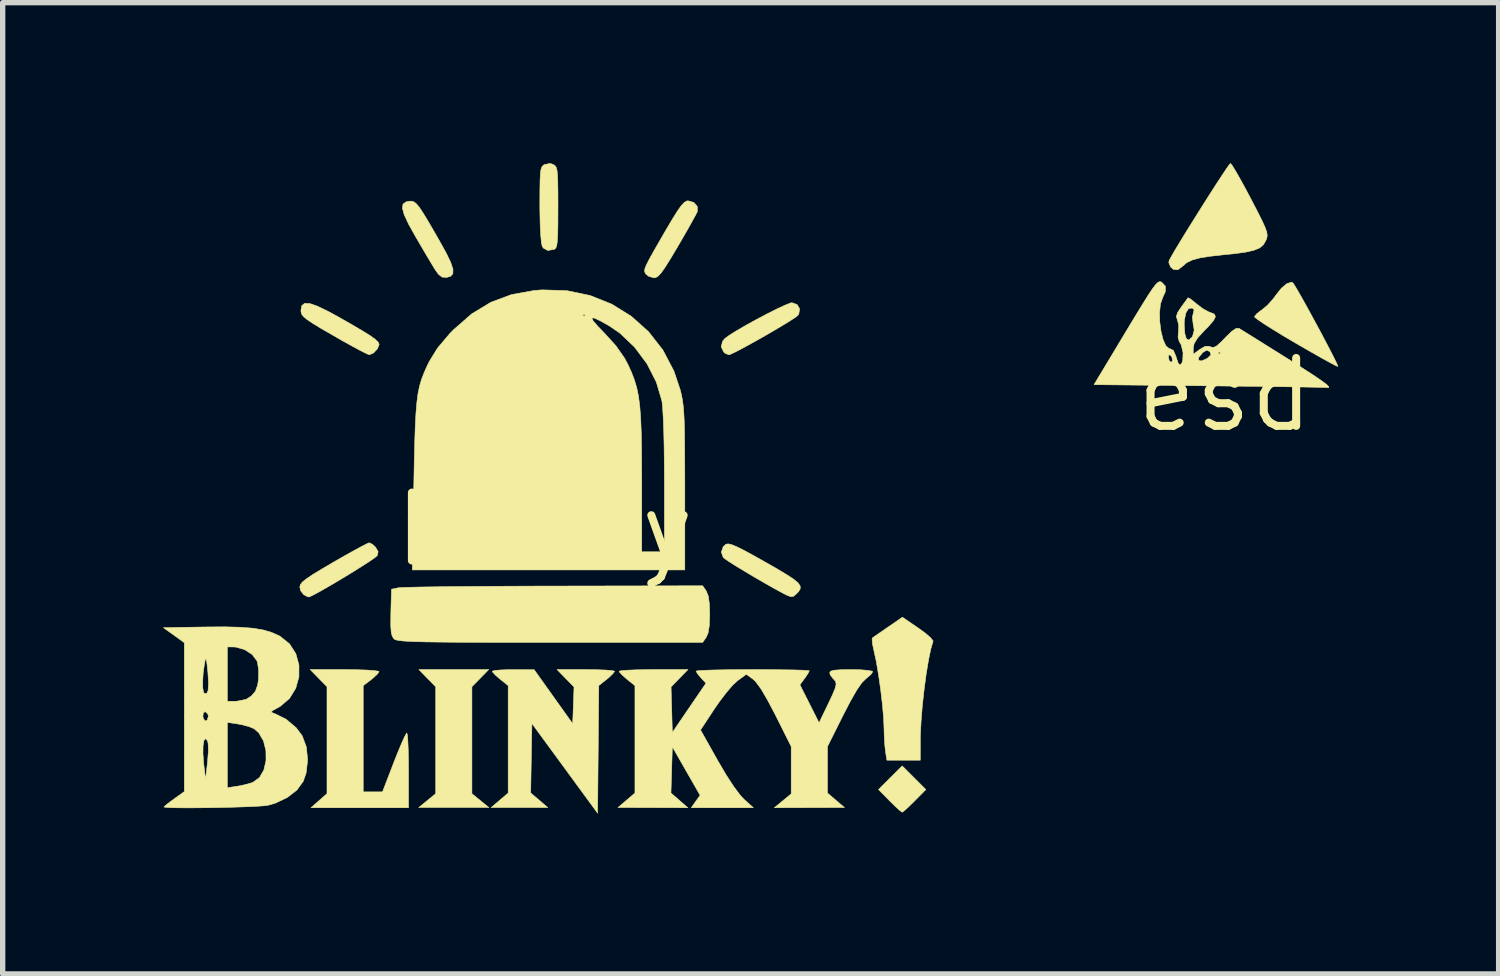
<source format=kicad_pcb>
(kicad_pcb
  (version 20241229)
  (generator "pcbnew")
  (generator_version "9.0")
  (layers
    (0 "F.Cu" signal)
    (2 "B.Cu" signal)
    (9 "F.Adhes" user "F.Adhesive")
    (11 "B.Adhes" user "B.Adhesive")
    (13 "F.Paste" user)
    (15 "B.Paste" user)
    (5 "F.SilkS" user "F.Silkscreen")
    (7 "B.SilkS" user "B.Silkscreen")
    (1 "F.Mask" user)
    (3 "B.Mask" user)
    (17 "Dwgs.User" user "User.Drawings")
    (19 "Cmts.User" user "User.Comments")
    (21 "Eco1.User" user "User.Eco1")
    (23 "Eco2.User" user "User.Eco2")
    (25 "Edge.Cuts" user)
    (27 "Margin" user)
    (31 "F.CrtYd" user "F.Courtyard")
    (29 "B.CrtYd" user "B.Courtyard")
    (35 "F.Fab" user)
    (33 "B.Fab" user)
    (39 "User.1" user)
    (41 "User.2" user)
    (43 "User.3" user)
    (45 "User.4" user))
  (footprint "esd"
    (layer "F.Cu")
    (at 19.85 4.332)
    (property "Reference" "esd" (at 0 0 0) (layer "F.SilkS") (effects (font (size 1.27 1.27) (thickness 0.15))))
    (attr through_hole)
    (fp_poly (pts (xy 1.266 -2.098) (xy 1.297 -2.055) (xy 1.358 -1.953) (xy 1.443 -1.804) (xy 1.545 -1.621) (xy 1.655 -1.419) (xy 1.768 -1.21) (xy 1.876 -1.007) (xy 1.971 -0.825) (xy 2.047 -0.676) (xy 2.096 -0.573) (xy 2.111 -0.531) (xy 2.111 -0.531) (xy 2.071 -0.547) (xy 1.97 -0.6) (xy 1.817 -0.684) (xy 1.625 -0.793) (xy 1.402 -0.921) (xy 1.323 -0.967) (xy 1.094 -1.102) (xy 0.892 -1.226) (xy 0.727 -1.33) (xy 0.612 -1.408) (xy 0.556 -1.453) (xy 0.552 -1.46) (xy 0.586 -1.509) (xy 0.667 -1.574) (xy 0.688 -1.587) (xy 0.794 -1.675) (xy 0.904 -1.798) (xy 0.943 -1.852) (xy 1.055 -1.994) (xy 1.159 -2.081) (xy 1.244 -2.106) (xy 1.266 -2.098)) (stroke (width 0.01) (type solid)) (fill yes) (layer "F.SilkS"))
    (fp_poly (pts (xy 0.133 -4.291) (xy 0.195 -4.191) (xy 0.282 -4.04) (xy 0.386 -3.85) (xy 0.48 -3.673) (xy 0.603 -3.436) (xy 0.691 -3.262) (xy 0.748 -3.137) (xy 0.78 -3.049) (xy 0.79 -2.986) (xy 0.783 -2.935) (xy 0.766 -2.889) (xy 0.72 -2.809) (xy 0.649 -2.748) (xy 0.54 -2.703) (xy 0.38 -2.667) (xy 0.155 -2.637) (xy 0 -2.622) (xy -0.271 -2.592) (xy -0.472 -2.56) (xy -0.616 -2.52) (xy -0.718 -2.47) (xy -0.785 -2.411) (xy -0.881 -2.338) (xy -0.967 -2.347) (xy -1.016 -2.391) (xy -1.049 -2.469) (xy -1.045 -2.508) (xy -1.006 -2.581) (xy -0.933 -2.707) (xy -0.832 -2.874) (xy -0.711 -3.072) (xy -0.576 -3.288) (xy -0.437 -3.51) (xy -0.299 -3.727) (xy -0.171 -3.927) (xy -0.059 -4.098) (xy 0.029 -4.23) (xy 0.085 -4.309) (xy 0.103 -4.327) (xy 0.133 -4.291)) (stroke (width 0.01) (type solid)) (fill yes) (layer "F.SilkS"))
    (fp_poly (pts (xy -1.193 -2.111) (xy -1.183 -2.106) (xy -1.114 -2.032) (xy -1.114 -1.93) (xy -1.164 -1.82) (xy -1.206 -1.7) (xy -1.223 -1.542) (xy -1.219 -1.365) (xy -1.196 -1.19) (xy -1.158 -1.036) (xy -1.107 -0.921) (xy -1.045 -0.865) (xy -1.025 -0.862) (xy -0.964 -0.831) (xy -0.917 -0.722) (xy -0.914 -0.709) (xy -0.874 -0.591) (xy -0.837 -0.556) (xy -0.802 -0.604) (xy -0.79 -0.645) (xy -0.493 -0.645) (xy -0.439 -0.634) (xy -0.342 -0.677) (xy -0.315 -0.696) (xy -0.261 -0.752) (xy -0.272 -0.783) (xy -0.127 -0.783) (xy -0.106 -0.762) (xy -0.085 -0.783) (xy -0.106 -0.804) (xy -0.127 -0.783) (xy -0.272 -0.783) (xy -0.278 -0.802) (xy -0.285 -0.809) (xy -0.337 -0.836) (xy -0.403 -0.801) (xy -0.422 -0.784) (xy -0.492 -0.698) (xy -0.493 -0.645) (xy -0.79 -0.645) (xy -0.789 -0.647) (xy -0.783 -0.789) (xy -0.818 -0.935) (xy -0.857 -1.004) (xy -0.877 -1.079) (xy -0.869 -1.181) (xy -0.864 -1.302) (xy -0.868 -1.319) (xy -0.762 -1.319) (xy -0.751 -1.147) (xy -0.722 -1.048) (xy -0.675 -1.025) (xy -0.614 -1.082) (xy -0.605 -1.097) (xy -0.575 -1.211) (xy -0.593 -1.314) (xy -0.61 -1.451) (xy -0.592 -1.525) (xy -0.577 -1.594) (xy -0.614 -1.624) (xy -0.681 -1.613) (xy -0.732 -1.531) (xy -0.759 -1.391) (xy -0.762 -1.319) (xy -0.868 -1.319) (xy -0.888 -1.395) (xy -0.909 -1.463) (xy -0.886 -1.538) (xy -0.818 -1.641) (xy -0.747 -1.738) (xy -0.7 -1.803) (xy -0.691 -1.815) (xy -0.656 -1.8) (xy -0.58 -1.742) (xy -0.53 -1.7) (xy -0.416 -1.613) (xy -0.307 -1.553) (xy -0.274 -1.541) (xy -0.199 -1.51) (xy -0.178 -1.462) (xy -0.216 -1.386) (xy -0.316 -1.272) (xy -0.381 -1.206) (xy -0.509 -1.068) (xy -0.576 -0.96) (xy -0.593 -0.879) (xy -0.593 -0.759) (xy -0.47 -0.85) (xy -0.369 -0.909) (xy -0.292 -0.908) (xy -0.271 -0.898) (xy -0.22 -0.885) (xy -0.159 -0.912) (xy -0.072 -0.988) (xy 0.004 -1.067) (xy 0.126 -1.187) (xy 0.209 -1.243) (xy 0.264 -1.243) (xy 0.317 -1.21) (xy 0.43 -1.14) (xy 0.592 -1.039) (xy 0.793 -0.913) (xy 1.021 -0.771) (xy 1.136 -0.699) (xy 1.425 -0.516) (xy 1.646 -0.373) (xy 1.802 -0.267) (xy 1.9 -0.194) (xy 1.942 -0.151) (xy 1.934 -0.134) (xy 1.894 -0.137) (xy 1.843 -0.139) (xy 1.715 -0.142) (xy 1.519 -0.146) (xy 1.263 -0.15) (xy 0.955 -0.154) (xy 0.603 -0.159) (xy 0.216 -0.163) (xy -0.198 -0.168) (xy -0.303 -0.169) (xy -2.448 -0.191) (xy -2.133 -0.714) (xy -1.058 -0.714) (xy -1.043 -0.642) (xy -1.009 -0.609) (xy -0.98 -0.636) (xy -0.992 -0.706) (xy -1.011 -0.732) (xy -1.05 -0.752) (xy -1.058 -0.714) (xy -2.133 -0.714) (xy -1.857 -1.174) (xy -1.68 -1.467) (xy -1.541 -1.694) (xy -1.435 -1.864) (xy -1.355 -1.984) (xy -1.296 -2.061) (xy -1.253 -2.103) (xy -1.221 -2.117) (xy -1.193 -2.111)) (stroke (width 0.01) (type solid)) (fill yes) (layer "F.SilkS")))
  (footprint "blinky"
    (layer "F.Cu")
    (at 7.13 6.849)
    (property "Reference" "blinky" (at 0 0 0) (layer "F.SilkS") (effects (font (size 1.27 1.27) (thickness 0.15))))
    (attr through_hole)
    (fp_poly (pts (xy -1.201 2.779) (xy -1.358 2.939) (xy -1.358 4.938) (xy -1.199 5.068) (xy -1.04 5.198) (xy -2.353 5.198) (xy -2.194 5.068) (xy -2.035 4.938) (xy -2.035 2.939) (xy -2.192 2.779) (xy -2.349 2.618) (xy -1.044 2.618) (xy -1.201 2.779)) (stroke (width 0.01) (type solid)) (fill yes) (layer "F.SilkS"))
    (fp_poly (pts (xy 6.907 4.64) (xy 7.128 4.861) (xy 6.919 5.073) (xy 6.812 5.178) (xy 6.729 5.254) (xy 6.687 5.285) (xy 6.686 5.285) (xy 6.646 5.257) (xy 6.565 5.184) (xy 6.459 5.08) (xy 6.452 5.073) (xy 6.243 4.861) (xy 6.686 4.419) (xy 6.907 4.64)) (stroke (width 0.01) (type solid)) (fill yes) (layer "F.SilkS"))
    (fp_poly (pts (xy -2.445 -6.127) (xy -2.398 -6.092) (xy -2.342 -6.025) (xy -2.269 -5.915) (xy -2.172 -5.755) (xy -2.044 -5.535) (xy -1.976 -5.416) (xy -1.841 -5.174) (xy -1.754 -4.993) (xy -1.712 -4.865) (xy -1.714 -4.781) (xy -1.758 -4.733) (xy -1.832 -4.713) (xy -1.915 -4.719) (xy -1.984 -4.772) (xy -2.047 -4.861) (xy -2.108 -4.962) (xy -2.2 -5.115) (xy -2.308 -5.299) (xy -2.412 -5.477) (xy -2.542 -5.71) (xy -2.623 -5.884) (xy -2.657 -6.006) (xy -2.646 -6.083) (xy -2.589 -6.125) (xy -2.537 -6.136) (xy -2.489 -6.139) (xy -2.445 -6.127)) (stroke (width 0.01) (type solid)) (fill yes) (layer "F.SilkS"))
    (fp_poly (pts (xy 4.721 -4.206) (xy 4.768 -4.126) (xy 4.753 -4.029) (xy 4.735 -4.003) (xy 4.682 -3.962) (xy 4.572 -3.89) (xy 4.419 -3.797) (xy 4.239 -3.691) (xy 4.047 -3.58) (xy 3.858 -3.475) (xy 3.689 -3.382) (xy 3.553 -3.312) (xy 3.467 -3.272) (xy 3.446 -3.266) (xy 3.379 -3.293) (xy 3.35 -3.317) (xy 3.302 -3.416) (xy 3.33 -3.522) (xy 3.373 -3.572) (xy 3.46 -3.635) (xy 3.598 -3.721) (xy 3.772 -3.822) (xy 3.965 -3.928) (xy 4.16 -4.031) (xy 4.34 -4.122) (xy 4.491 -4.192) (xy 4.594 -4.233) (xy 4.625 -4.24) (xy 4.721 -4.206)) (stroke (width 0.01) (type solid)) (fill yes) (layer "F.SilkS"))
    (fp_poly (pts (xy -4.39 -4.225) (xy -4.244 -4.174) (xy -4.041 -4.076) (xy -3.873 -3.984) (xy -3.605 -3.832) (xy -3.403 -3.713) (xy -3.259 -3.623) (xy -3.165 -3.556) (xy -3.113 -3.505) (xy -3.094 -3.467) (xy -3.093 -3.459) (xy -3.125 -3.377) (xy -3.197 -3.301) (xy -3.274 -3.267) (xy -3.276 -3.267) (xy -3.328 -3.288) (xy -3.44 -3.344) (xy -3.598 -3.429) (xy -3.789 -3.535) (xy -3.94 -3.622) (xy -4.167 -3.753) (xy -4.33 -3.852) (xy -4.439 -3.925) (xy -4.506 -3.981) (xy -4.541 -4.027) (xy -4.553 -4.073) (xy -4.554 -4.097) (xy -4.538 -4.185) (xy -4.485 -4.228) (xy -4.39 -4.225)) (stroke (width 0.01) (type solid)) (fill yes) (layer "F.SilkS"))
    (fp_poly (pts (xy -3.218 0.276) (xy -3.16 0.329) (xy -3.111 0.414) (xy -3.128 0.488) (xy -3.173 0.526) (xy -3.275 0.597) (xy -3.421 0.691) (xy -3.595 0.8) (xy -3.784 0.915) (xy -3.971 1.026) (xy -4.142 1.125) (xy -4.283 1.203) (xy -4.378 1.251) (xy -4.411 1.262) (xy -4.456 1.243) (xy -4.501 1.218) (xy -4.56 1.145) (xy -4.575 1.075) (xy -4.565 1.032) (xy -4.528 0.983) (xy -4.454 0.923) (xy -4.334 0.842) (xy -4.157 0.735) (xy -3.947 0.611) (xy -3.738 0.492) (xy -3.554 0.389) (xy -3.406 0.309) (xy -3.309 0.26) (xy -3.276 0.248) (xy -3.218 0.276)) (stroke (width 0.01) (type solid)) (fill yes) (layer "F.SilkS"))
    (fp_poly (pts (xy 3.505 0.285) (xy 3.617 0.333) (xy 3.778 0.416) (xy 4 0.538) (xy 4.046 0.564) (xy 4.313 0.716) (xy 4.513 0.835) (xy 4.653 0.926) (xy 4.739 0.998) (xy 4.779 1.056) (xy 4.78 1.108) (xy 4.75 1.159) (xy 4.714 1.197) (xy 4.657 1.247) (xy 4.603 1.256) (xy 4.522 1.224) (xy 4.463 1.194) (xy 4.301 1.106) (xy 4.115 1.001) (xy 3.919 0.887) (xy 3.731 0.775) (xy 3.563 0.673) (xy 3.433 0.59) (xy 3.355 0.535) (xy 3.341 0.523) (xy 3.305 0.423) (xy 3.34 0.322) (xy 3.39 0.276) (xy 3.433 0.268) (xy 3.505 0.285)) (stroke (width 0.01) (type solid)) (fill yes) (layer "F.SilkS"))
    (fp_poly (pts (xy -3.514 2.621) (xy -3.325 2.627) (xy -3.184 2.637) (xy -3.105 2.649) (xy -3.093 2.656) (xy -3.124 2.702) (xy -3.202 2.774) (xy -3.241 2.806) (xy -3.39 2.919) (xy -3.39 4.904) (xy -3.029 4.904) (xy -2.818 4.355) (xy -2.739 4.156) (xy -2.669 3.989) (xy -2.614 3.869) (xy -2.58 3.809) (xy -2.575 3.805) (xy -2.564 3.844) (xy -2.555 3.955) (xy -2.548 4.122) (xy -2.544 4.332) (xy -2.543 4.502) (xy -2.543 5.201) (xy -4.366 5.201) (xy -4.217 5.069) (xy -4.067 4.938) (xy -4.067 2.939) (xy -4.224 2.779) (xy -4.381 2.618) (xy -3.737 2.618) (xy -3.514 2.621)) (stroke (width 0.01) (type solid)) (fill yes) (layer "F.SilkS"))
    (fp_poly (pts (xy 2.791 -6.114) (xy 2.856 -6.039) (xy 2.857 -5.944) (xy 2.826 -5.883) (xy 2.761 -5.764) (xy 2.669 -5.6) (xy 2.558 -5.407) (xy 2.488 -5.287) (xy 2.354 -5.062) (xy 2.253 -4.901) (xy 2.178 -4.795) (xy 2.12 -4.734) (xy 2.073 -4.708) (xy 2.051 -4.705) (xy 1.952 -4.731) (xy 1.902 -4.768) (xy 1.88 -4.798) (xy 1.87 -4.831) (xy 1.876 -4.877) (xy 1.904 -4.948) (xy 1.958 -5.053) (xy 2.042 -5.205) (xy 2.162 -5.413) (xy 2.243 -5.554) (xy 2.377 -5.781) (xy 2.478 -5.944) (xy 2.553 -6.051) (xy 2.611 -6.114) (xy 2.658 -6.141) (xy 2.683 -6.145) (xy 2.791 -6.114)) (stroke (width 0.01) (type solid)) (fill yes) (layer "F.SilkS"))
    (fp_poly (pts (xy 0.166 -6.822) (xy 0.197 -6.801) (xy 0.219 -6.768) (xy 0.234 -6.709) (xy 0.243 -6.613) (xy 0.248 -6.468) (xy 0.251 -6.262) (xy 0.251 -6.021) (xy 0.25 -5.746) (xy 0.247 -5.545) (xy 0.24 -5.405) (xy 0.229 -5.315) (xy 0.212 -5.265) (xy 0.189 -5.241) (xy 0.184 -5.239) (xy 0.061 -5.216) (xy -0.021 -5.261) (xy -0.044 -5.295) (xy -0.059 -5.366) (xy -0.072 -5.508) (xy -0.082 -5.706) (xy -0.087 -5.945) (xy -0.088 -6.077) (xy -0.087 -6.336) (xy -0.084 -6.524) (xy -0.078 -6.652) (xy -0.066 -6.734) (xy -0.048 -6.782) (xy -0.022 -6.81) (xy -0.003 -6.822) (xy 0.105 -6.844) (xy 0.166 -6.822)) (stroke (width 0.01) (type solid)) (fill yes) (layer "F.SilkS"))
    (fp_poly (pts (xy 6.985 1.841) (xy 7.118 1.937) (xy 7.215 2.021) (xy 7.261 2.078) (xy 7.263 2.089) (xy 7.22 2.237) (xy 7.176 2.451) (xy 7.133 2.711) (xy 7.095 3) (xy 7.062 3.297) (xy 7.039 3.585) (xy 7.026 3.845) (xy 7.025 3.941) (xy 7.024 4.312) (xy 6.4 4.312) (xy 6.374 4.153) (xy 6.36 4.021) (xy 6.35 3.849) (xy 6.347 3.732) (xy 6.339 3.532) (xy 6.317 3.278) (xy 6.284 2.997) (xy 6.244 2.718) (xy 6.202 2.468) (xy 6.161 2.28) (xy 6.133 2.15) (xy 6.123 2.057) (xy 6.13 2.026) (xy 6.177 1.993) (xy 6.274 1.926) (xy 6.402 1.837) (xy 6.425 1.822) (xy 6.69 1.639) (xy 6.985 1.841)) (stroke (width 0.01) (type solid)) (fill yes) (layer "F.SilkS"))
    (fp_poly (pts (xy 0.974 2.621) (xy 1.141 2.627) (xy 1.258 2.637) (xy 1.308 2.648) (xy 1.309 2.65) (xy 1.279 2.693) (xy 1.203 2.766) (xy 1.162 2.8) (xy 1.014 2.917) (xy 1.003 4.11) (xy 0.992 5.303) (xy 0.378 4.464) (xy -0.236 3.626) (xy -0.248 4.275) (xy -0.259 4.924) (xy -0.099 5.061) (xy 0.06 5.197) (xy -0.998 5.197) (xy -0.68 4.926) (xy -0.68 2.918) (xy -0.828 2.8) (xy -0.918 2.722) (xy -0.971 2.664) (xy -0.977 2.65) (xy -0.937 2.636) (xy -0.832 2.626) (xy -0.68 2.62) (xy -0.585 2.62) (xy -0.194 2.621) (xy 0.166 3.126) (xy 0.526 3.631) (xy 0.539 3.287) (xy 0.551 2.943) (xy 0.392 2.781) (xy 0.234 2.618) (xy 0.772 2.618) (xy 0.974 2.621)) (stroke (width 0.01) (type solid)) (fill yes) (layer "F.SilkS"))
    (fp_poly (pts (xy 3.021 1.146) (xy 3.061 1.242) (xy 3.082 1.397) (xy 3.087 1.581) (xy 3.08 1.796) (xy 3.056 1.941) (xy 3.021 2.016) (xy 2.956 2.11) (xy 0.103 2.11) (xy -0.462 2.11) (xy -0.949 2.11) (xy -1.362 2.109) (xy -1.71 2.107) (xy -1.996 2.104) (xy -2.228 2.101) (xy -2.411 2.096) (xy -2.551 2.09) (xy -2.655 2.083) (xy -2.728 2.074) (xy -2.776 2.064) (xy -2.805 2.052) (xy -2.817 2.042) (xy -2.848 1.994) (xy -2.867 1.917) (xy -2.875 1.794) (xy -2.874 1.607) (xy -2.873 1.545) (xy -2.861 1.116) (xy -2.733 1.089) (xy -2.67 1.084) (xy -2.529 1.08) (xy -2.319 1.075) (xy -2.046 1.071) (xy -1.718 1.067) (xy -1.343 1.064) (xy -0.927 1.061) (xy -0.479 1.059) (xy -0.005 1.057) (xy 0.175 1.057) (xy 2.956 1.052) (xy 3.021 1.146)) (stroke (width 0.01) (type solid)) (fill yes) (layer "F.SilkS"))
    (fp_poly (pts (xy 0.414 -4.466) (xy 0.851 -4.375) (xy 1.257 -4.213) (xy 1.624 -3.985) (xy 1.945 -3.697) (xy 2.213 -3.354) (xy 2.419 -2.961) (xy 2.537 -2.609) (xy 2.56 -2.515) (xy 2.578 -2.419) (xy 2.592 -2.313) (xy 2.603 -2.185) (xy 2.611 -2.026) (xy 2.616 -1.825) (xy 2.619 -1.573) (xy 2.621 -1.258) (xy 2.622 -0.872) (xy 2.622 -0.762) (xy 2.622 0.756) (xy -2.472 0.756) (xy -2.444 -0.821) (xy -2.436 -1.262) (xy -2.427 -1.627) (xy -2.417 -1.928) (xy -2.404 -2.174) (xy -2.387 -2.374) (xy -2.366 -2.539) (xy -2.337 -2.679) (xy -2.301 -2.803) (xy -2.256 -2.921) (xy -2.202 -3.044) (xy -2.157 -3.137) (xy -2.002 -3.39) (xy -1.775 -3.659) (xy -1.7 -3.736) (xy -1.45 -3.954) (xy 0.884 -3.954) (xy 0.907 -3.903) (xy 0.996 -3.799) (xy 1.112 -3.679) (xy 1.334 -3.435) (xy 1.494 -3.206) (xy 1.56 -3.083) (xy 1.626 -2.937) (xy 1.68 -2.796) (xy 1.723 -2.652) (xy 1.756 -2.492) (xy 1.78 -2.306) (xy 1.797 -2.083) (xy 1.808 -1.812) (xy 1.814 -1.482) (xy 1.816 -1.083) (xy 1.817 -0.906) (xy 1.817 0.417) (xy 2.241 0.417) (xy 2.241 -0.866) (xy 2.239 -1.227) (xy 2.235 -1.562) (xy 2.228 -1.858) (xy 2.218 -2.104) (xy 2.207 -2.29) (xy 2.195 -2.401) (xy 2.09 -2.756) (xy 1.915 -3.099) (xy 1.683 -3.41) (xy 1.408 -3.672) (xy 1.218 -3.802) (xy 1.039 -3.903) (xy 0.928 -3.954) (xy 0.884 -3.954) (xy -1.45 -3.954) (xy -1.389 -4.007) (xy 0.717 -4.007) (xy 0.738 -3.986) (xy 0.759 -4.007) (xy 0.738 -4.028) (xy 0.717 -4.007) (xy -1.389 -4.007) (xy -1.361 -4.032) (xy -1.004 -4.248) (xy -0.618 -4.392) (xy -0.19 -4.469) (xy -0.045 -4.48) (xy 0.414 -4.466)) (stroke (width 0.01) (type solid)) (fill yes) (layer "F.SilkS"))
    (fp_poly (pts (xy 2.523 2.78) (xy 2.365 2.943) (xy 2.377 3.369) (xy 2.389 3.795) (xy 2.703 3.334) (xy 3.018 2.873) (xy 2.926 2.775) (xy 2.861 2.698) (xy 2.833 2.648) (xy 2.833 2.647) (xy 2.874 2.639) (xy 2.988 2.632) (xy 3.163 2.626) (xy 3.39 2.622) (xy 3.656 2.619) (xy 3.892 2.618) (xy 4.181 2.619) (xy 4.44 2.622) (xy 4.658 2.625) (xy 4.823 2.63) (xy 4.923 2.636) (xy 4.95 2.641) (xy 4.927 2.687) (xy 4.872 2.77) (xy 4.862 2.783) (xy 4.774 2.903) (xy 4.953 3.258) (xy 5.132 3.613) (xy 5.295 3.276) (xy 5.381 3.094) (xy 5.432 2.971) (xy 5.451 2.891) (xy 5.44 2.838) (xy 5.404 2.796) (xy 5.394 2.788) (xy 5.341 2.716) (xy 5.331 2.677) (xy 5.35 2.648) (xy 5.415 2.63) (xy 5.539 2.621) (xy 5.733 2.618) (xy 5.906 2.622) (xy 6.042 2.633) (xy 6.122 2.648) (xy 6.135 2.658) (xy 6.104 2.706) (xy 6.026 2.774) (xy 6.007 2.789) (xy 5.929 2.867) (xy 5.832 3.009) (xy 5.713 3.218) (xy 5.583 3.469) (xy 5.289 4.057) (xy 5.289 4.926) (xy 5.606 5.197) (xy 4.951 5.199) (xy 4.296 5.201) (xy 4.454 5.071) (xy 4.611 4.941) (xy 4.611 4.057) (xy 4.32 3.475) (xy 4.169 3.188) (xy 4.046 2.978) (xy 3.947 2.845) (xy 3.9 2.8) (xy 3.773 2.706) (xy 3.61 2.824) (xy 3.518 2.909) (xy 3.4 3.046) (xy 3.272 3.214) (xy 3.181 3.345) (xy 2.916 3.747) (xy 3.235 4.315) (xy 3.393 4.584) (xy 3.537 4.806) (xy 3.66 4.97) (xy 3.728 5.042) (xy 3.903 5.201) (xy 2.743 5.201) (xy 2.825 5.084) (xy 2.908 4.968) (xy 2.648 4.515) (xy 2.389 4.062) (xy 2.376 4.494) (xy 2.363 4.926) (xy 2.521 5.063) (xy 2.678 5.201) (xy 2.025 5.199) (xy 1.373 5.197) (xy 1.532 5.061) (xy 1.69 4.926) (xy 1.69 3.922) (xy 1.69 2.918) (xy 1.542 2.8) (xy 1.453 2.722) (xy 1.4 2.664) (xy 1.394 2.65) (xy 1.434 2.639) (xy 1.544 2.63) (xy 1.71 2.623) (xy 1.916 2.619) (xy 2.038 2.618) (xy 2.681 2.618) (xy 2.523 2.78)) (stroke (width 0.01) (type solid)) (fill yes) (layer "F.SilkS"))
    (fp_poly (pts (xy -5.688 1.827) (xy -5.453 1.845) (xy -5.262 1.877) (xy -5.104 1.923) (xy -4.964 1.985) (xy -4.943 1.997) (xy -4.766 2.139) (xy -4.649 2.323) (xy -4.591 2.534) (xy -4.592 2.754) (xy -4.651 2.967) (xy -4.767 3.157) (xy -4.941 3.306) (xy -4.989 3.333) (xy -5.083 3.384) (xy -5.109 3.412) (xy -5.073 3.433) (xy -5.039 3.444) (xy -4.831 3.547) (xy -4.643 3.706) (xy -4.53 3.857) (xy -4.453 4.066) (xy -4.429 4.308) (xy -4.457 4.551) (xy -4.512 4.709) (xy -4.63 4.871) (xy -4.812 5.011) (xy -5.036 5.117) (xy -5.174 5.156) (xy -5.259 5.166) (xy -5.405 5.176) (xy -5.598 5.184) (xy -5.824 5.191) (xy -6.069 5.197) (xy -6.317 5.201) (xy -6.555 5.203) (xy -6.768 5.203) (xy -6.941 5.201) (xy -7.062 5.196) (xy -7.114 5.188) (xy -7.115 5.187) (xy -7.084 5.156) (xy -7.003 5.093) (xy -6.925 5.036) (xy -6.734 4.899) (xy -6.734 4.827) (xy -5.93 4.827) (xy -5.75 4.8) (xy -5.604 4.771) (xy -5.473 4.734) (xy -5.451 4.726) (xy -5.329 4.637) (xy -5.247 4.495) (xy -5.207 4.319) (xy -5.209 4.132) (xy -5.254 3.952) (xy -5.341 3.802) (xy -5.431 3.723) (xy -5.523 3.685) (xy -5.658 3.649) (xy -5.723 3.637) (xy -5.93 3.605) (xy -5.93 4.827) (xy -6.734 4.827) (xy -6.734 4.19) (xy -6.386 4.19) (xy -6.373 4.369) (xy -6.371 4.387) (xy -6.337 4.671) (xy -6.3 4.345) (xy -6.284 4.139) (xy -6.289 3.997) (xy -6.304 3.943) (xy -6.341 3.91) (xy -6.369 3.948) (xy -6.384 4.046) (xy -6.386 4.19) (xy -6.734 4.19) (xy -6.734 3.495) (xy -6.387 3.495) (xy -6.377 3.538) (xy -6.34 3.581) (xy -6.305 3.561) (xy -6.283 3.486) (xy -6.3 3.442) (xy -6.345 3.404) (xy -6.379 3.428) (xy -6.387 3.495) (xy -6.734 3.495) (xy -6.734 2.833) (xy -6.391 2.833) (xy -6.389 2.966) (xy -6.373 3.047) (xy -6.366 3.056) (xy -6.319 3.072) (xy -6.29 3.011) (xy -6.281 2.878) (xy -6.293 2.681) (xy -6.293 2.676) (xy -6.31 2.515) (xy -6.323 2.43) (xy -6.334 2.414) (xy -6.348 2.458) (xy -6.358 2.513) (xy -6.381 2.673) (xy -6.391 2.833) (xy -6.734 2.833) (xy -6.734 2.195) (xy -5.93 2.195) (xy -5.93 3.211) (xy -5.763 3.211) (xy -5.581 3.176) (xy -5.482 3.113) (xy -5.405 3.024) (xy -5.363 2.906) (xy -5.347 2.796) (xy -5.345 2.63) (xy -5.366 2.487) (xy -5.378 2.452) (xy -5.466 2.336) (xy -5.607 2.245) (xy -5.771 2.198) (xy -5.82 2.195) (xy -5.93 2.195) (xy -6.734 2.195) (xy -6.734 2.116) (xy -6.929 1.975) (xy -7.125 1.835) (xy -6.347 1.822) (xy -5.982 1.819) (xy -5.688 1.827)) (stroke (width 0.01) (type solid)) (fill yes) (layer "F.SilkS")))
  (gr_rect
    (start -3 -3)
    (end 24.966 15.157)
    (stroke (width 0.1) (type default))
    (fill no)
    (layer "Edge.Cuts")))
</source>
